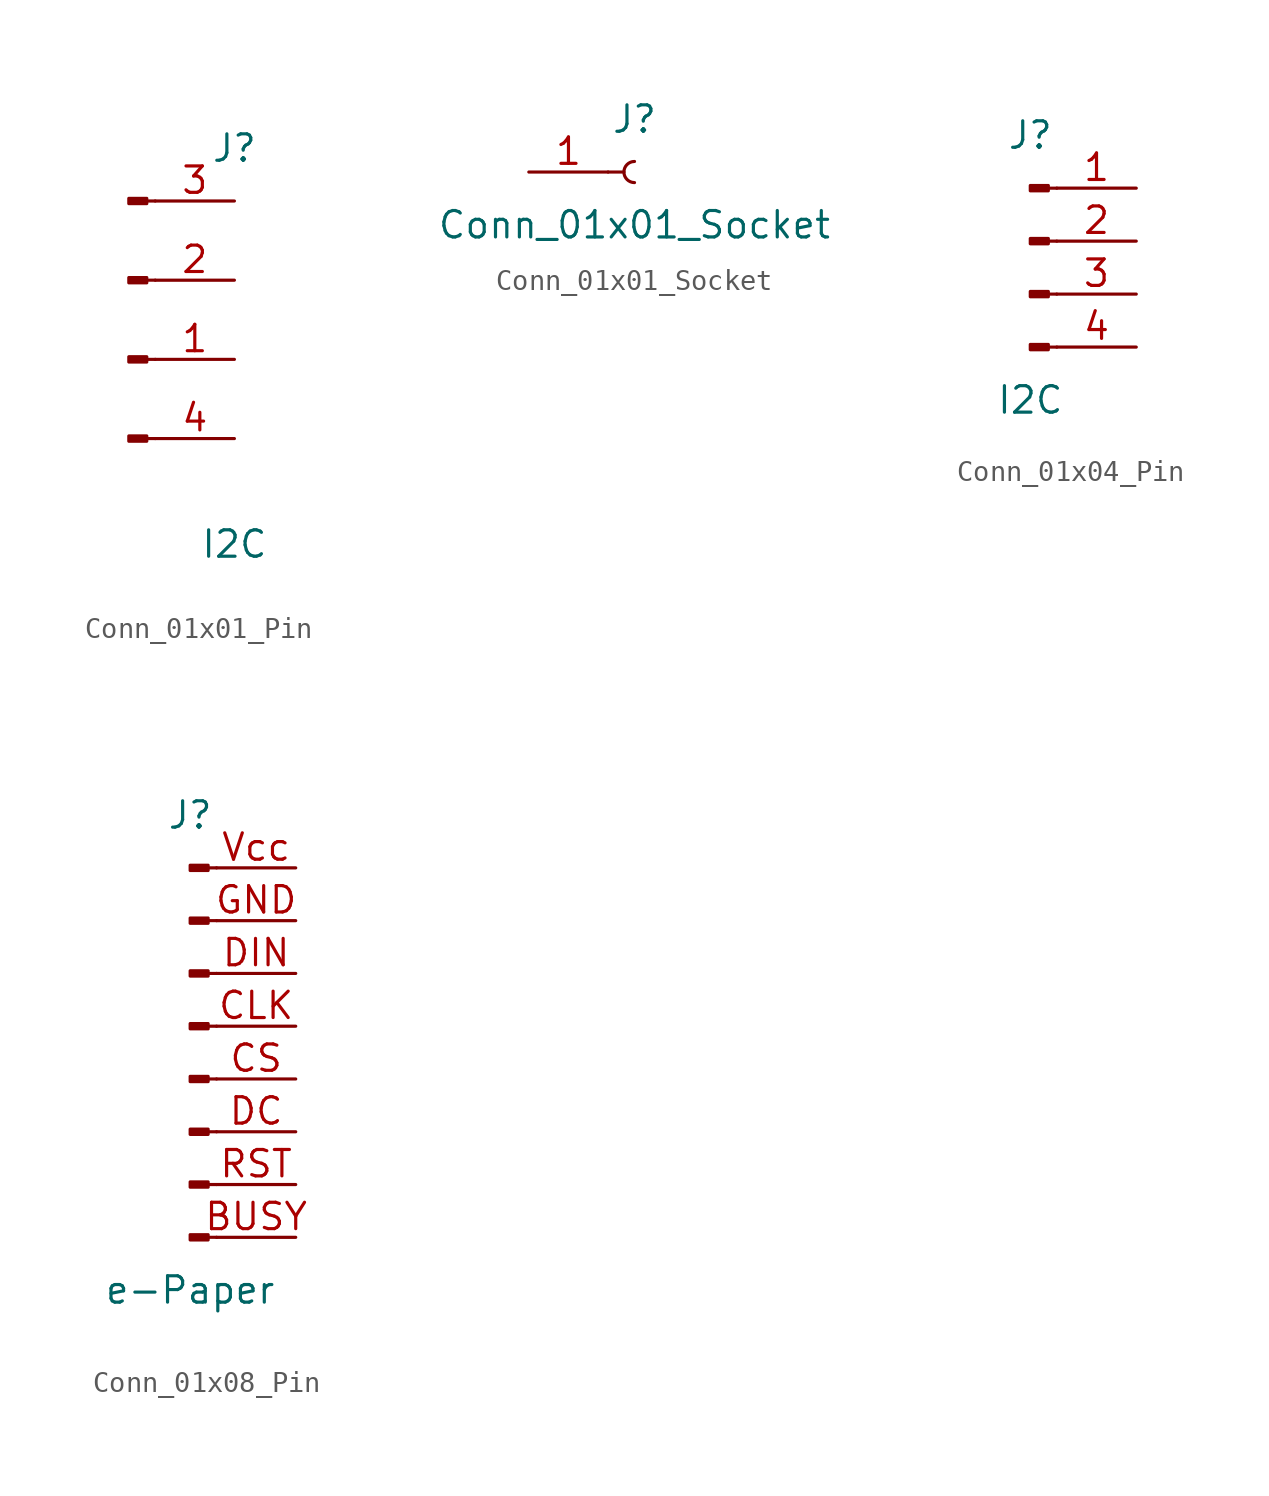
<source format=kicad_sym>
(kicad_symbol_lib
  (version 20220914)
  (generator kicad_symbol_editor)
  (symbol "Conn_01x01_Pin"
    (pin_names
      (offset 1.016) hide)
    (property "Reference" "J"
      (at 0 2.54 0)
      (effects (font (size 1.27 1.27))))
    (property "Value" "I2C"
      (at 0 -16.51 0)
      (effects (font (size 1.27 1.27))))
    (property "ki_locked" ""
      (at 0 0 0)
      (effects (font (size 1.27 1.27))))
    (symbol "Conn_01x01_Pin_1_1"
      (rectangle (start -4.216 -11.303) (end -5.08 -11.557) (stroke (width 0.152) (type default)) (fill (type outline)))
      (rectangle (start -4.216 -7.493) (end -5.08 -7.747) (stroke (width 0.152) (type default)) (fill (type outline)))
      (rectangle (start -4.216 -3.683) (end -5.08 -3.937) (stroke (width 0.152) (type default)) (fill (type outline)))
      (rectangle (start -4.216 0.127) (end -5.08 -0.127) (stroke (width 0.152) (type default)) (fill (type outline)))
      (polyline (pts (xy -3.81 -11.43) (xy -4.216 -11.43)) (stroke (width 0.152) (type default)) (fill (type none)))
      (polyline (pts (xy -3.81 -7.62) (xy -4.216 -7.62)) (stroke (width 0.152) (type default)) (fill (type none)))
      (polyline (pts (xy -3.81 -3.81) (xy -4.216 -3.81)) (stroke (width 0.152) (type default)) (fill (type none)))
      (polyline (pts (xy -3.81 0) (xy -4.216 0)) (stroke (width 0.152) (type default)) (fill (type none)))
      (pin power_out line (at 0 -7.62 180) (length 3.81) (name "GND" (effects (font (size 1.27 1.27)))) (number "1" (effects (font (size 1.27 1.27)))))
      (pin power_in line (at 0 -3.81 180) (length 3.81) (name "VCC" (effects (font (size 1.27 1.27)))) (number "2" (effects (font (size 1.27 1.27)))))
      (pin bidirectional line (at 0 0 180) (length 3.81) (name "SDA" (effects (font (size 1.27 1.27)))) (number "3" (effects (font (size 1.27 1.27)))))
      (pin bidirectional line (at 0 -11.43 180) (length 3.81) (name "SCL" (effects (font (size 1.27 1.27)))) (number "4" (effects (font (size 1.27 1.27)))))))
  (symbol "Conn_01x01_Socket"
    (pin_names
      (offset 1.016) hide)
    (property "Reference" "J"
      (at -20.32 15.24 0)
      (effects (font (size 1.27 1.27))))
    (property "Value" "Conn_01x01_Socket"
      (at -20.32 10.16 0)
      (effects (font (size 1.27 1.27))))
    (property "ki_locked" ""
      (at 0 0 0)
      (effects (font (size 1.27 1.27))))
    (symbol "Conn_01x01_Socket_1_1"
      (arc (start -20.32 13.208) (mid -20.8258 12.7) (end -20.32 12.192) (stroke (width 0.1524) (type default)) (fill (type none)))
      (polyline (pts (xy -21.59 12.7) (xy -20.828 12.7)) (stroke (width 0.152) (type default)) (fill (type none)))
      (pin passive line (at -25.4 12.7 0) (length 3.81) (name "Pin_1" (effects (font (size 1.27 1.27)))) (number "1" (effects (font (size 1.27 1.27)))))))
  (symbol "Conn_01x04_Pin"
    (pin_names
      (offset 1.016) hide)
    (property "Reference" "J"
      (at 0 5.08 0)
      (effects (font (size 1.27 1.27))))
    (property "Value" "I2C"
      (at 0 -7.62 0)
      (effects (font (size 1.27 1.27))))
    (property "ki_locked" ""
      (at 0 0 0)
      (effects (font (size 1.27 1.27))))
    (symbol "Conn_01x04_Pin_1_1"
      (polyline (pts (xy 1.27 -5.08) (xy 0.864 -5.08)) (stroke (width 0.152) (type default)) (fill (type none)))
      (polyline (pts (xy 1.27 -2.54) (xy 0.864 -2.54)) (stroke (width 0.152) (type default)) (fill (type none)))
      (polyline (pts (xy 1.27 0) (xy 0.864 0)) (stroke (width 0.152) (type default)) (fill (type none)))
      (polyline (pts (xy 1.27 2.54) (xy 0.864 2.54)) (stroke (width 0.152) (type default)) (fill (type none)))
      (rectangle (start 0.864 -4.953) (end 0 -5.207) (stroke (width 0.152) (type default)) (fill (type outline)))
      (rectangle (start 0.864 -2.413) (end 0 -2.667) (stroke (width 0.152) (type default)) (fill (type outline)))
      (rectangle (start 0.864 0.127) (end 0 -0.127) (stroke (width 0.152) (type default)) (fill (type outline)))
      (rectangle (start 0.864 2.667) (end 0 2.413) (stroke (width 0.152) (type default)) (fill (type outline)))
      (pin passive line (at 5.08 2.54 180) (length 3.81) (name "Pin_1" (effects (font (size 1.27 1.27)))) (number "1" (effects (font (size 1.27 1.27)))))
      (pin passive line (at 5.08 0 180) (length 3.81) (name "Pin_2" (effects (font (size 1.27 1.27)))) (number "2" (effects (font (size 1.27 1.27)))))
      (pin passive line (at 5.08 -2.54 180) (length 3.81) (name "Pin_3" (effects (font (size 1.27 1.27)))) (number "3" (effects (font (size 1.27 1.27)))))
      (pin passive line (at 5.08 -5.08 180) (length 3.81) (name "Pin_4" (effects (font (size 1.27 1.27)))) (number "4" (effects (font (size 1.27 1.27)))))))
  (symbol "Conn_01x08_Pin"
    (pin_names
      (offset 1.016) hide)
    (property "Reference" "J"
      (at 0 10.16 0)
      (effects (font (size 1.27 1.27))))
    (property "Value" "e-Paper"
      (at 0 -12.7 0)
      (effects (font (size 1.27 1.27))))
    (property "ki_locked" ""
      (at 0 0 0)
      (effects (font (size 1.27 1.27))))
    (symbol "Conn_01x08_Pin_1_1"
      (polyline (pts (xy 1.27 -10.16) (xy 0.864 -10.16)) (stroke (width 0.152) (type default)) (fill (type none)))
      (polyline (pts (xy 1.27 -7.62) (xy 0.864 -7.62)) (stroke (width 0.152) (type default)) (fill (type none)))
      (polyline (pts (xy 1.27 -5.08) (xy 0.864 -5.08)) (stroke (width 0.152) (type default)) (fill (type none)))
      (polyline (pts (xy 1.27 -2.54) (xy 0.864 -2.54)) (stroke (width 0.152) (type default)) (fill (type none)))
      (polyline (pts (xy 1.27 0) (xy 0.864 0)) (stroke (width 0.152) (type default)) (fill (type none)))
      (polyline (pts (xy 1.27 2.54) (xy 0.864 2.54)) (stroke (width 0.152) (type default)) (fill (type none)))
      (polyline (pts (xy 1.27 5.08) (xy 0.864 5.08)) (stroke (width 0.152) (type default)) (fill (type none)))
      (polyline (pts (xy 1.27 7.62) (xy 0.864 7.62)) (stroke (width 0.152) (type default)) (fill (type none)))
      (rectangle (start 0.864 -10.033) (end 0 -10.287) (stroke (width 0.152) (type default)) (fill (type outline)))
      (rectangle (start 0.864 -7.493) (end 0 -7.747) (stroke (width 0.152) (type default)) (fill (type outline)))
      (rectangle (start 0.864 -4.953) (end 0 -5.207) (stroke (width 0.152) (type default)) (fill (type outline)))
      (rectangle (start 0.864 -2.413) (end 0 -2.667) (stroke (width 0.152) (type default)) (fill (type outline)))
      (rectangle (start 0.864 0.127) (end 0 -0.127) (stroke (width 0.152) (type default)) (fill (type outline)))
      (rectangle (start 0.864 2.667) (end 0 2.413) (stroke (width 0.152) (type default)) (fill (type outline)))
      (rectangle (start 0.864 5.207) (end 0 4.953) (stroke (width 0.152) (type default)) (fill (type outline)))
      (rectangle (start 0.864 7.747) (end 0 7.493) (stroke (width 0.152) (type default)) (fill (type outline)))
      (pin bidirectional line (at 5.08 -10.16 180) (length 3.81) (name "BUSY" (effects (font (size 1.27 1.27)))) (number "BUSY" (effects (font (size 1.27 1.27)))))
      (pin input line (at 5.08 0 180) (length 3.81) (name "CLK" (effects (font (size 1.27 1.27)))) (number "CLK" (effects (font (size 1.27 1.27)))))
      (pin input line (at 5.08 -2.54 180) (length 3.81) (name "CS" (effects (font (size 1.27 1.27)))) (number "CS" (effects (font (size 1.27 1.27)))))
      (pin bidirectional line (at 5.08 -5.08 180) (length 3.81) (name "DC" (effects (font (size 1.27 1.27)))) (number "DC" (effects (font (size 1.27 1.27)))))
      (pin bidirectional line (at 5.08 2.54 180) (length 3.81) (name "DIN" (effects (font (size 1.27 1.27)))) (number "DIN" (effects (font (size 1.27 1.27)))))
      (pin power_out line (at 5.08 5.08 180) (length 3.81) (name "GND" (effects (font (size 1.27 1.27)))) (number "GND" (effects (font (size 1.27 1.27)))))
      (pin input line (at 5.08 -7.62 180) (length 3.81) (name "RST" (effects (font (size 1.27 1.27)))) (number "RST" (effects (font (size 1.27 1.27)))))
      (pin power_in line (at 5.08 7.62 180) (length 3.81) (name "Vcc" (effects (font (size 1.27 1.27)))) (number "Vcc" (effects (font (size 1.27 1.27))))))))
</source>
